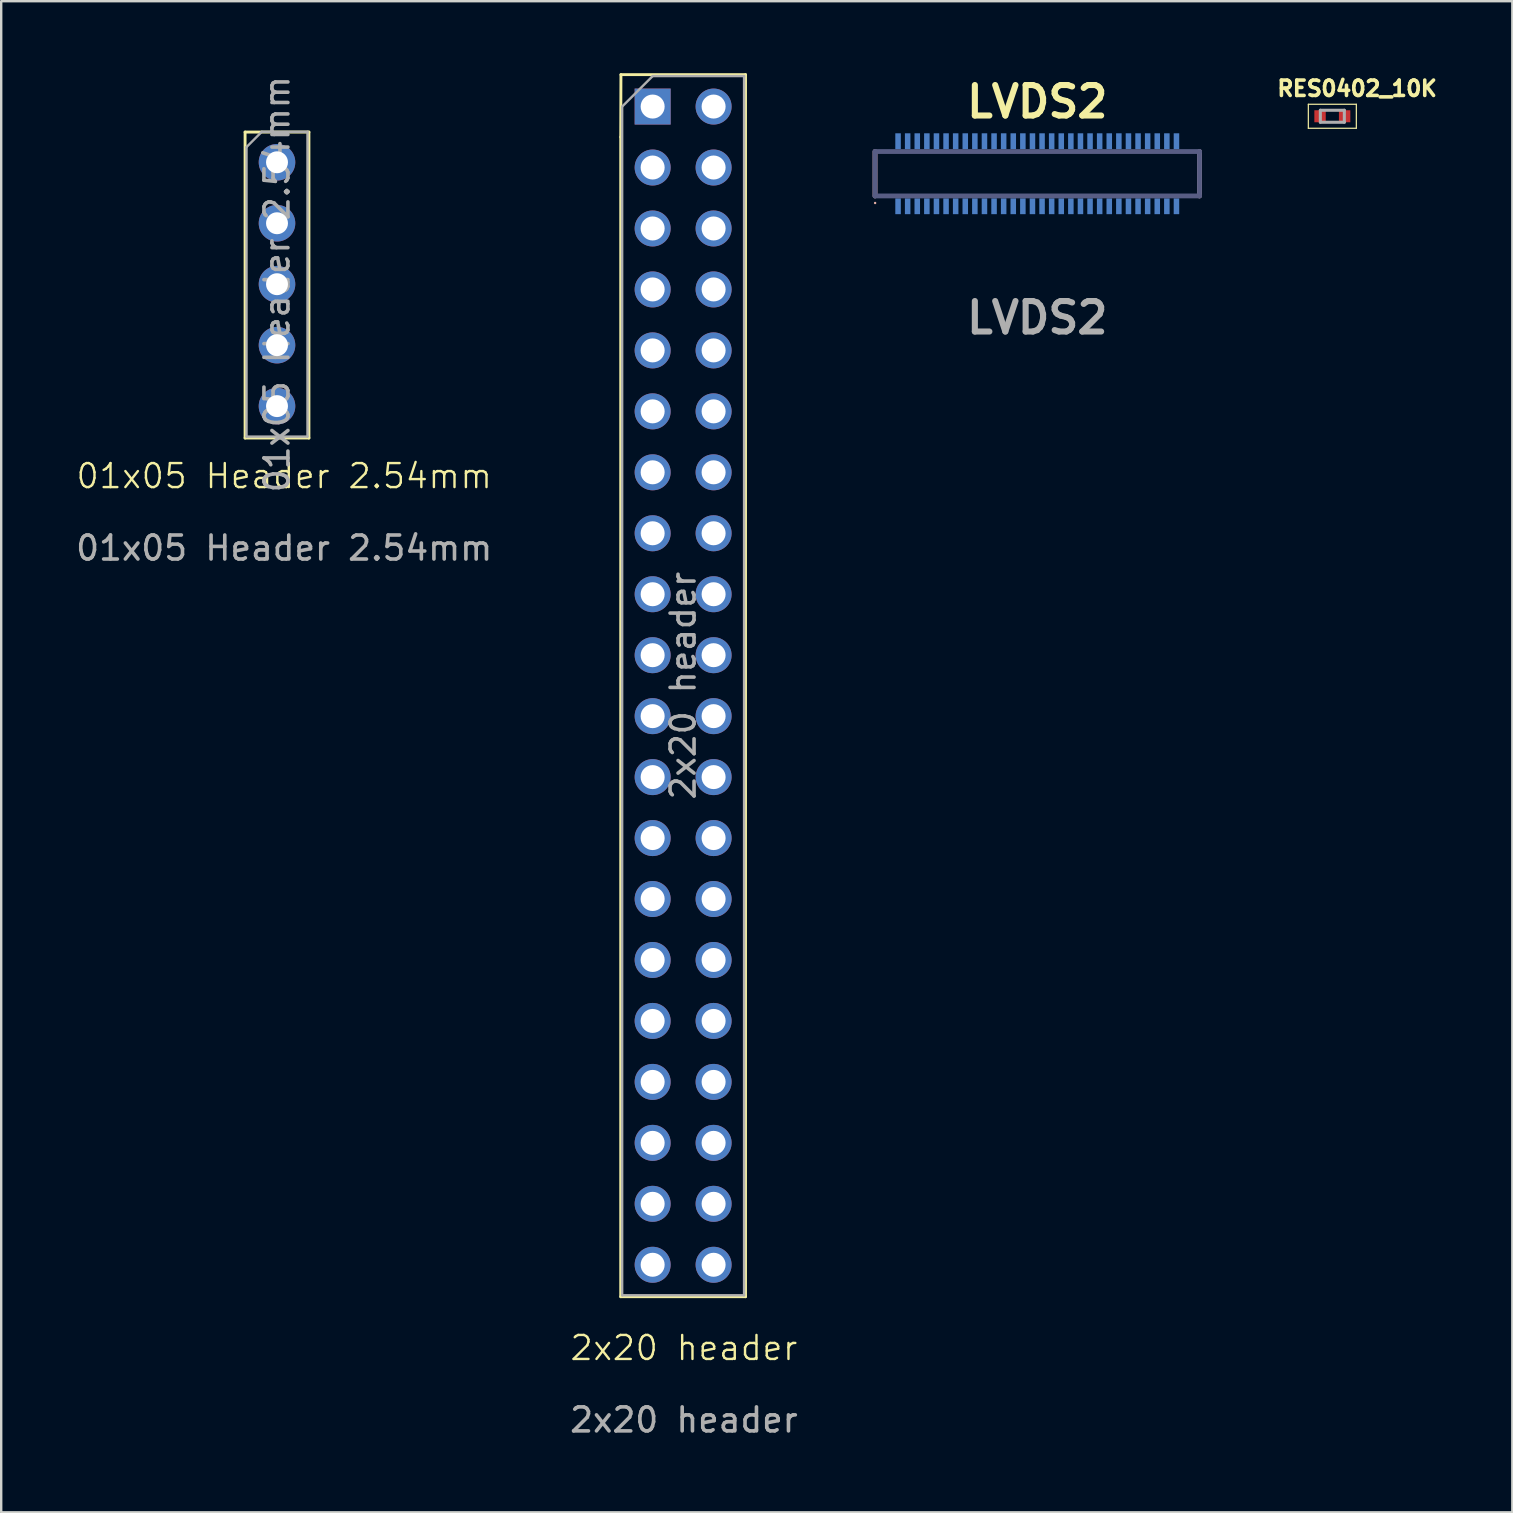
<source format=kicad_pcb>
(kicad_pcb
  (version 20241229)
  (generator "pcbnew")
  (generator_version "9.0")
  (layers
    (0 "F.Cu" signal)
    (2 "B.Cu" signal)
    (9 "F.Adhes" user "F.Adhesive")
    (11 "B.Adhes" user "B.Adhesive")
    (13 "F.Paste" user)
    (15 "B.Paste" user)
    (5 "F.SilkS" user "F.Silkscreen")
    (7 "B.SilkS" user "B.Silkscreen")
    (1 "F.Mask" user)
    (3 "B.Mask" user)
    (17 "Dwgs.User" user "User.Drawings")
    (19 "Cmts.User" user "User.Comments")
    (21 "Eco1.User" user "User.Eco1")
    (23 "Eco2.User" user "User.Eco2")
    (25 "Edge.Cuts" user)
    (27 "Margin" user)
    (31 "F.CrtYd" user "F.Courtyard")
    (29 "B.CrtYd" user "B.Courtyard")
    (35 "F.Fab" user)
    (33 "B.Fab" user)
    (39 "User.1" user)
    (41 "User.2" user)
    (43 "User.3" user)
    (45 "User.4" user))
  (footprint "2x20 header"
    (layer "F.Cu")
    (at 25.446 53.616)
    (property "Reference" "2x20 header" (at 0 -0.5 0) (unlocked yes) (layer "F.SilkS") (effects (font (size 1 1) (thickness 0.1))))
    (attr smd)
    (fp_line (start -2.632 -50.956) (end -2.632 -2.636) (stroke (width 0.12) (type solid)) (layer "F.SilkS"))
    (fp_line (start -2.632 -50.956) (end -2.623 -53.556) (stroke (width 0.12) (type solid)) (layer "F.SilkS"))
    (fp_line (start -2.632 -2.636) (end 2.568 -2.636) (stroke (width 0.12) (type solid)) (layer "F.SilkS"))
    (fp_line (start -2.623 -53.556) (end 2.568 -53.556) (stroke (width 0.12) (type solid)) (layer "F.SilkS"))
    (fp_line (start 2.568 -53.556) (end 2.568 -2.636) (stroke (width 0.12) (type solid)) (layer "F.SilkS"))
    (fp_line (start -2.572 -52.226) (end -1.302 -53.496) (stroke (width 0.1) (type solid)) (layer "F.Fab"))
    (fp_line (start -2.572 -2.696) (end -2.572 -52.226) (stroke (width 0.1) (type solid)) (layer "F.Fab"))
    (fp_line (start -1.302 -53.496) (end 2.508 -53.496) (stroke (width 0.1) (type solid)) (layer "F.Fab"))
    (fp_line (start 2.508 -53.496) (end 2.508 -2.696) (stroke (width 0.1) (type solid)) (layer "F.Fab"))
    (fp_line (start 2.508 -2.696) (end -2.572 -2.696) (stroke (width 0.1) (type solid)) (layer "F.Fab"))
    (fp_text user "${REFERENCE}" (at 0 2.5 0) (unlocked yes) (layer "F.Fab") (effects (font (size 1 1) (thickness 0.15))))
    (fp_text user "${REFERENCE}" (at -0.032 -28.096 270) (layer "F.Fab") (effects (font (size 1 1) (thickness 0.15))))
    (pad "1" thru_hole rect (at -1.302 -52.226) (size 1.5 1.5) (drill 1) (layers "*.Cu" "*.Mask"))
    (pad "2" thru_hole oval (at 1.238 -52.226) (size 1.5 1.5) (drill 1) (layers "*.Cu" "*.Mask"))
    (pad "3" thru_hole oval (at -1.302 -49.686) (size 1.5 1.5) (drill 1) (layers "*.Cu" "*.Mask"))
    (pad "4" thru_hole oval (at 1.238 -49.686) (size 1.5 1.5) (drill 1) (layers "*.Cu" "*.Mask"))
    (pad "5" thru_hole oval (at -1.302 -47.146) (size 1.5 1.5) (drill 1) (layers "*.Cu" "*.Mask"))
    (pad "6" thru_hole oval (at 1.238 -47.146) (size 1.5 1.5) (drill 1) (layers "*.Cu" "*.Mask"))
    (pad "7" thru_hole oval (at -1.302 -44.606) (size 1.5 1.5) (drill 1) (layers "*.Cu" "*.Mask"))
    (pad "8" thru_hole oval (at 1.238 -44.606) (size 1.5 1.5) (drill 1) (layers "*.Cu" "*.Mask"))
    (pad "9" thru_hole oval (at -1.302 -42.066) (size 1.5 1.5) (drill 1) (layers "*.Cu" "*.Mask"))
    (pad "10" thru_hole oval (at 1.238 -42.066) (size 1.5 1.5) (drill 1) (layers "*.Cu" "*.Mask"))
    (pad "11" thru_hole oval (at -1.302 -39.526) (size 1.5 1.5) (drill 1) (layers "*.Cu" "*.Mask"))
    (pad "12" thru_hole oval (at 1.238 -39.526) (size 1.5 1.5) (drill 1) (layers "*.Cu" "*.Mask"))
    (pad "13" thru_hole oval (at -1.302 -36.986) (size 1.5 1.5) (drill 1) (layers "*.Cu" "*.Mask"))
    (pad "14" thru_hole oval (at 1.238 -36.986) (size 1.5 1.5) (drill 1) (layers "*.Cu" "*.Mask"))
    (pad "15" thru_hole oval (at -1.302 -34.446) (size 1.5 1.5) (drill 1) (layers "*.Cu" "*.Mask"))
    (pad "16" thru_hole oval (at 1.238 -34.446) (size 1.5 1.5) (drill 1) (layers "*.Cu" "*.Mask"))
    (pad "17" thru_hole oval (at -1.302 -31.906) (size 1.5 1.5) (drill 1) (layers "*.Cu" "*.Mask"))
    (pad "18" thru_hole oval (at 1.238 -31.906) (size 1.5 1.5) (drill 1) (layers "*.Cu" "*.Mask"))
    (pad "19" thru_hole oval (at -1.302 -29.366) (size 1.5 1.5) (drill 1) (layers "*.Cu" "*.Mask"))
    (pad "20" thru_hole oval (at 1.238 -29.366) (size 1.5 1.5) (drill 1) (layers "*.Cu" "*.Mask"))
    (pad "21" thru_hole oval (at -1.302 -26.826) (size 1.5 1.5) (drill 1) (layers "*.Cu" "*.Mask"))
    (pad "22" thru_hole oval (at 1.238 -26.826) (size 1.5 1.5) (drill 1) (layers "*.Cu" "*.Mask"))
    (pad "23" thru_hole oval (at -1.302 -24.286) (size 1.5 1.5) (drill 1) (layers "*.Cu" "*.Mask"))
    (pad "24" thru_hole oval (at 1.238 -24.286) (size 1.5 1.5) (drill 1) (layers "*.Cu" "*.Mask"))
    (pad "25" thru_hole oval (at -1.302 -21.746) (size 1.5 1.5) (drill 1) (layers "*.Cu" "*.Mask"))
    (pad "26" thru_hole oval (at 1.238 -21.746) (size 1.5 1.5) (drill 1) (layers "*.Cu" "*.Mask"))
    (pad "27" thru_hole oval (at -1.302 -19.206) (size 1.5 1.5) (drill 1) (layers "*.Cu" "*.Mask"))
    (pad "28" thru_hole oval (at 1.238 -19.206) (size 1.5 1.5) (drill 1) (layers "*.Cu" "*.Mask"))
    (pad "29" thru_hole oval (at -1.302 -16.666) (size 1.5 1.5) (drill 1) (layers "*.Cu" "*.Mask"))
    (pad "30" thru_hole oval (at 1.238 -16.666) (size 1.5 1.5) (drill 1) (layers "*.Cu" "*.Mask"))
    (pad "31" thru_hole oval (at -1.302 -14.126) (size 1.5 1.5) (drill 1) (layers "*.Cu" "*.Mask"))
    (pad "32" thru_hole oval (at 1.238 -14.126) (size 1.5 1.5) (drill 1) (layers "*.Cu" "*.Mask"))
    (pad "33" thru_hole oval (at -1.302 -11.586) (size 1.5 1.5) (drill 1) (layers "*.Cu" "*.Mask"))
    (pad "34" thru_hole oval (at 1.238 -11.586) (size 1.5 1.5) (drill 1) (layers "*.Cu" "*.Mask"))
    (pad "35" thru_hole oval (at -1.302 -9.046) (size 1.5 1.5) (drill 1) (layers "*.Cu" "*.Mask"))
    (pad "36" thru_hole oval (at 1.238 -9.046) (size 1.5 1.5) (drill 1) (layers "*.Cu" "*.Mask"))
    (pad "37" thru_hole oval (at -1.302 -6.506) (size 1.5 1.5) (drill 1) (layers "*.Cu" "*.Mask"))
    (pad "38" thru_hole oval (at 1.238 -6.506) (size 1.5 1.5) (drill 1) (layers "*.Cu" "*.Mask"))
    (pad "39" thru_hole oval (at -1.302 -3.966) (size 1.5 1.5) (drill 1) (layers "*.Cu" "*.Mask"))
    (pad "40" thru_hole oval (at 1.238 -3.966) (size 1.5 1.5) (drill 1) (layers "*.Cu" "*.Mask")))
  (footprint "01x05 Header 2.54mm"
    (layer "F.Cu")
    (at 8.792 17.287)
    (property "Reference" "01x05 Header 2.54mm" (at 0 -0.5 0) (unlocked yes) (layer "F.SilkS") (effects (font (size 1 1) (thickness 0.1))))
    (attr through_hole)
    (fp_line (start -1.63 -14.834) (end -1.63 -2.085) (stroke (width 0.12) (type solid)) (layer "F.SilkS"))
    (fp_line (start -1.63 -14.834) (end 1.03 -14.834) (stroke (width 0.12) (type solid)) (layer "F.SilkS"))
    (fp_line (start -1.63 -2.085) (end 1.03 -2.085) (stroke (width 0.12) (type solid)) (layer "F.SilkS"))
    (fp_line (start 1.03 -14.834) (end 1.03 -2.085) (stroke (width 0.12) (type solid)) (layer "F.SilkS"))
    (fp_line (start -1.57 -14.21) (end -0.935 -14.845) (stroke (width 0.1) (type solid)) (layer "F.Fab"))
    (fp_line (start -1.57 -2.145) (end -1.57 -14.21) (stroke (width 0.1) (type solid)) (layer "F.Fab"))
    (fp_line (start -0.935 -14.845) (end 0.97 -14.845) (stroke (width 0.1) (type solid)) (layer "F.Fab"))
    (fp_line (start 0.97 -14.845) (end 0.97 -2.145) (stroke (width 0.1) (type solid)) (layer "F.Fab"))
    (fp_line (start 0.97 -2.145) (end -1.57 -2.145) (stroke (width 0.1) (type solid)) (layer "F.Fab"))
    (fp_text user "${REFERENCE}" (at 0 2.5 0) (unlocked yes) (layer "F.Fab") (effects (font (size 1 1) (thickness 0.15))))
    (fp_text user "${REFERENCE}" (at -0.3 -8.495 90) (layer "F.Fab") (effects (font (size 1 1) (thickness 0.15))))
    (pad "1" thru_hole circle (at -0.3 -13.575) (size 1.524 1.524) (drill 0.914) (layers "*.Cu" "*.Mask"))
    (pad "2" thru_hole circle (at -0.3 -11.035) (size 1.524 1.524) (drill 0.914) (layers "*.Cu" "*.Mask"))
    (pad "3" thru_hole circle (at -0.3 -8.495) (size 1.524 1.524) (drill 0.914) (layers "*.Cu" "*.Mask"))
    (pad "4" thru_hole circle (at -0.3 -5.955) (size 1.524 1.524) (drill 0.914) (layers "*.Cu" "*.Mask"))
    (pad "5" thru_hole circle (at -0.3 -3.415) (size 1.524 1.524) (drill 0.914) (layers "*.Cu" "*.Mask")))
  (footprint "LVDS2"
    (layer "F.Cu")
    (at 40.17 4.189)
    (property "Reference" "LVDS2" (at 0 -3 0) (layer "F.SilkS") (effects (font (size 1.27 1.27) (thickness 0.254))))
    (attr smd)
    (fp_line (start -6.76 0.925) (end -6.76 -0.925) (stroke (width 0.2) (type solid)) (layer "B.SilkS"))
    (fp_line (start -6.756 1.219) (end -6.756 1.219) (stroke (width 0.1) (type default)) (layer "B.SilkS"))
    (fp_line (start 6.76 -0.925) (end 6.76 0.925) (stroke (width 0.2) (type solid)) (layer "B.SilkS"))
    (fp_line (start -6.76 -0.925) (end 6.76 -0.925) (stroke (width 0.2) (type solid)) (layer "B.Fab"))
    (fp_line (start -6.76 0.925) (end -6.76 -0.925) (stroke (width 0.2) (type solid)) (layer "B.Fab"))
    (fp_line (start 6.76 -0.925) (end 6.76 0.925) (stroke (width 0.2) (type solid)) (layer "B.Fab"))
    (fp_line (start 6.76 0.925) (end -6.76 0.925) (stroke (width 0.2) (type solid)) (layer "B.Fab"))
    (fp_text user "${REFERENCE}" (at 0 6 0) (layer "F.Fab") (effects (font (size 1.27 1.27) (thickness 0.254))))
    (pad "1" smd rect (at -5.8 1.355 180) (size 0.23 0.66) (layers "B.Cu" "B.Mask" "B.Paste"))
    (pad "2" smd rect (at -5.4 1.355 180) (size 0.23 0.66) (layers "B.Cu" "B.Mask" "B.Paste"))
    (pad "3" smd rect (at -5 1.355 180) (size 0.23 0.66) (layers "B.Cu" "B.Mask" "B.Paste"))
    (pad "4" smd rect (at -4.6 1.355 180) (size 0.23 0.66) (layers "B.Cu" "B.Mask" "B.Paste"))
    (pad "5" smd rect (at -4.2 1.355 180) (size 0.23 0.66) (layers "B.Cu" "B.Mask" "B.Paste"))
    (pad "6" smd rect (at -3.8 1.355 180) (size 0.23 0.66) (layers "B.Cu" "B.Mask" "B.Paste"))
    (pad "7" smd rect (at -3.4 1.355 180) (size 0.23 0.66) (layers "B.Cu" "B.Mask" "B.Paste"))
    (pad "8" smd rect (at -3 1.355 180) (size 0.23 0.66) (layers "B.Cu" "B.Mask" "B.Paste"))
    (pad "9" smd rect (at -2.6 1.355 180) (size 0.23 0.66) (layers "B.Cu" "B.Mask" "B.Paste"))
    (pad "10" smd rect (at -2.2 1.355 180) (size 0.23 0.66) (layers "B.Cu" "B.Mask" "B.Paste"))
    (pad "11" smd rect (at -1.8 1.355 180) (size 0.23 0.66) (layers "B.Cu" "B.Mask" "B.Paste"))
    (pad "12" smd rect (at -1.4 1.355 180) (size 0.23 0.66) (layers "B.Cu" "B.Mask" "B.Paste"))
    (pad "13" smd rect (at -1 1.355 180) (size 0.23 0.66) (layers "B.Cu" "B.Mask" "B.Paste"))
    (pad "14" smd rect (at -0.6 1.355 180) (size 0.23 0.66) (layers "B.Cu" "B.Mask" "B.Paste"))
    (pad "15" smd rect (at -0.2 1.355 180) (size 0.23 0.66) (layers "B.Cu" "B.Mask" "B.Paste"))
    (pad "16" smd rect (at 0.2 1.355 180) (size 0.23 0.66) (layers "B.Cu" "B.Mask" "B.Paste"))
    (pad "17" smd rect (at 0.6 1.355 180) (size 0.23 0.66) (layers "B.Cu" "B.Mask" "B.Paste"))
    (pad "18" smd rect (at 1 1.355 180) (size 0.23 0.66) (layers "B.Cu" "B.Mask" "B.Paste"))
    (pad "19" smd rect (at 1.4 1.355 180) (size 0.23 0.66) (layers "B.Cu" "B.Mask" "B.Paste"))
    (pad "20" smd rect (at 1.8 1.355 180) (size 0.23 0.66) (layers "B.Cu" "B.Mask" "B.Paste"))
    (pad "21" smd rect (at 2.2 1.355 180) (size 0.23 0.66) (layers "B.Cu" "B.Mask" "B.Paste"))
    (pad "22" smd rect (at 2.6 1.355 180) (size 0.23 0.66) (layers "B.Cu" "B.Mask" "B.Paste"))
    (pad "23" smd rect (at 3 1.355 180) (size 0.23 0.66) (layers "B.Cu" "B.Mask" "B.Paste"))
    (pad "24" smd rect (at 3.4 1.355 180) (size 0.23 0.66) (layers "B.Cu" "B.Mask" "B.Paste"))
    (pad "25" smd rect (at 3.8 1.355 180) (size 0.23 0.66) (layers "B.Cu" "B.Mask" "B.Paste"))
    (pad "26" smd rect (at 4.2 1.355 180) (size 0.23 0.66) (layers "B.Cu" "B.Mask" "B.Paste"))
    (pad "27" smd rect (at 4.6 1.355 180) (size 0.23 0.66) (layers "B.Cu" "B.Mask" "B.Paste"))
    (pad "28" smd rect (at 5 1.355 180) (size 0.23 0.66) (layers "B.Cu" "B.Mask" "B.Paste"))
    (pad "29" smd rect (at 5.4 1.355 180) (size 0.23 0.66) (layers "B.Cu" "B.Mask" "B.Paste"))
    (pad "30" smd rect (at 5.8 1.355 180) (size 0.23 0.66) (layers "B.Cu" "B.Mask" "B.Paste"))
    (pad "31" smd rect (at 5.8 -1.355 180) (size 0.23 0.66) (layers "B.Cu" "B.Mask" "B.Paste"))
    (pad "32" smd rect (at 5.4 -1.355 180) (size 0.23 0.66) (layers "B.Cu" "B.Mask" "B.Paste"))
    (pad "33" smd rect (at 5 -1.355 180) (size 0.23 0.66) (layers "B.Cu" "B.Mask" "B.Paste"))
    (pad "34" smd rect (at 4.6 -1.355 180) (size 0.23 0.66) (layers "B.Cu" "B.Mask" "B.Paste"))
    (pad "35" smd rect (at 4.2 -1.355 180) (size 0.23 0.66) (layers "B.Cu" "B.Mask" "B.Paste"))
    (pad "36" smd rect (at 3.8 -1.355 180) (size 0.23 0.66) (layers "B.Cu" "B.Mask" "B.Paste"))
    (pad "37" smd rect (at 3.4 -1.355 180) (size 0.23 0.66) (layers "B.Cu" "B.Mask" "B.Paste"))
    (pad "38" smd rect (at 3 -1.355 180) (size 0.23 0.66) (layers "B.Cu" "B.Mask" "B.Paste"))
    (pad "39" smd rect (at 2.6 -1.355 180) (size 0.23 0.66) (layers "B.Cu" "B.Mask" "B.Paste"))
    (pad "40" smd rect (at 2.2 -1.355 180) (size 0.23 0.66) (layers "B.Cu" "B.Mask" "B.Paste"))
    (pad "41" smd rect (at 1.8 -1.355 180) (size 0.23 0.66) (layers "B.Cu" "B.Mask" "B.Paste"))
    (pad "42" smd rect (at 1.4 -1.355 180) (size 0.23 0.66) (layers "B.Cu" "B.Mask" "B.Paste"))
    (pad "43" smd rect (at 1 -1.355 180) (size 0.23 0.66) (layers "B.Cu" "B.Mask" "B.Paste"))
    (pad "44" smd rect (at 0.6 -1.355 180) (size 0.23 0.66) (layers "B.Cu" "B.Mask" "B.Paste"))
    (pad "45" smd rect (at 0.2 -1.355 180) (size 0.23 0.66) (layers "B.Cu" "B.Mask" "B.Paste"))
    (pad "46" smd rect (at -0.2 -1.355 180) (size 0.23 0.66) (layers "B.Cu" "B.Mask" "B.Paste"))
    (pad "47" smd rect (at -0.6 -1.355 180) (size 0.23 0.66) (layers "B.Cu" "B.Mask" "B.Paste"))
    (pad "48" smd rect (at -1 -1.355 180) (size 0.23 0.66) (layers "B.Cu" "B.Mask" "B.Paste"))
    (pad "49" smd rect (at -1.4 -1.355 180) (size 0.23 0.66) (layers "B.Cu" "B.Mask" "B.Paste"))
    (pad "50" smd rect (at -1.8 -1.355 180) (size 0.23 0.66) (layers "B.Cu" "B.Mask" "B.Paste"))
    (pad "51" smd rect (at -2.2 -1.355 180) (size 0.23 0.66) (layers "B.Cu" "B.Mask" "B.Paste"))
    (pad "52" smd rect (at -2.6 -1.355 180) (size 0.23 0.66) (layers "B.Cu" "B.Mask" "B.Paste"))
    (pad "53" smd rect (at -3 -1.355 180) (size 0.23 0.66) (layers "B.Cu" "B.Mask" "B.Paste"))
    (pad "54" smd rect (at -3.4 -1.355 180) (size 0.23 0.66) (layers "B.Cu" "B.Mask" "B.Paste"))
    (pad "55" smd rect (at -3.8 -1.355 180) (size 0.23 0.66) (layers "B.Cu" "B.Mask" "B.Paste"))
    (pad "56" smd rect (at -4.2 -1.355 180) (size 0.23 0.66) (layers "B.Cu" "B.Mask" "B.Paste"))
    (pad "57" smd rect (at -4.6 -1.355 180) (size 0.23 0.66) (layers "B.Cu" "B.Mask" "B.Paste"))
    (pad "58" smd rect (at -5 -1.355 180) (size 0.23 0.66) (layers "B.Cu" "B.Mask" "B.Paste"))
    (pad "59" smd rect (at -5.4 -1.355 180) (size 0.23 0.66) (layers "B.Cu" "B.Mask" "B.Paste"))
    (pad "60" smd rect (at -5.8 -1.355 180) (size 0.23 0.66) (layers "B.Cu" "B.Mask" "B.Paste")))
  (footprint "RES0402_10K"
    (layer "F.Cu")
    (at 52.465 1.794)
    (property "Reference" "RES0402_10K" (at 1.032 -1.156 0) (layer "F.SilkS") (effects (font (size 0.64 0.64) (thickness 0.15))))
    (attr smd)
    (fp_line (start -1 -0.5) (end -1 0.5) (stroke (width 0.05) (type solid)) (layer "F.SilkS"))
    (fp_line (start -1 0.5) (end 1 0.5) (stroke (width 0.05) (type solid)) (layer "F.SilkS"))
    (fp_line (start 1 -0.5) (end -1 -0.5) (stroke (width 0.05) (type solid)) (layer "F.SilkS"))
    (fp_line (start 1 0.5) (end 1 -0.5) (stroke (width 0.05) (type solid)) (layer "F.SilkS"))
    (fp_line (start -0.5 -0.25) (end -0.5 0.25) (stroke (width 0.127) (type solid)) (layer "F.Fab"))
    (fp_line (start -0.5 -0.25) (end 0.5 -0.25) (stroke (width 0.127) (type solid)) (layer "F.Fab"))
    (fp_line (start -0.5 0.25) (end 0.5 0.25) (stroke (width 0.127) (type solid)) (layer "F.Fab"))
    (fp_line (start 0.5 -0.25) (end 0.5 0.25) (stroke (width 0.127) (type solid)) (layer "F.Fab"))
    (pad "1" smd rect (at -0.512 0) (size 0.475 0.5) (layers "F.Cu" "F.Mask" "F.Paste"))
    (pad "2" smd rect (at 0.512 0) (size 0.475 0.5) (layers "F.Cu" "F.Mask" "F.Paste")))
  (gr_rect
    (start -3 -3)
    (end 59.965 59.964)
    (stroke (width 0.1) (type default))
    (fill no)
    (layer "Edge.Cuts")))
</source>
